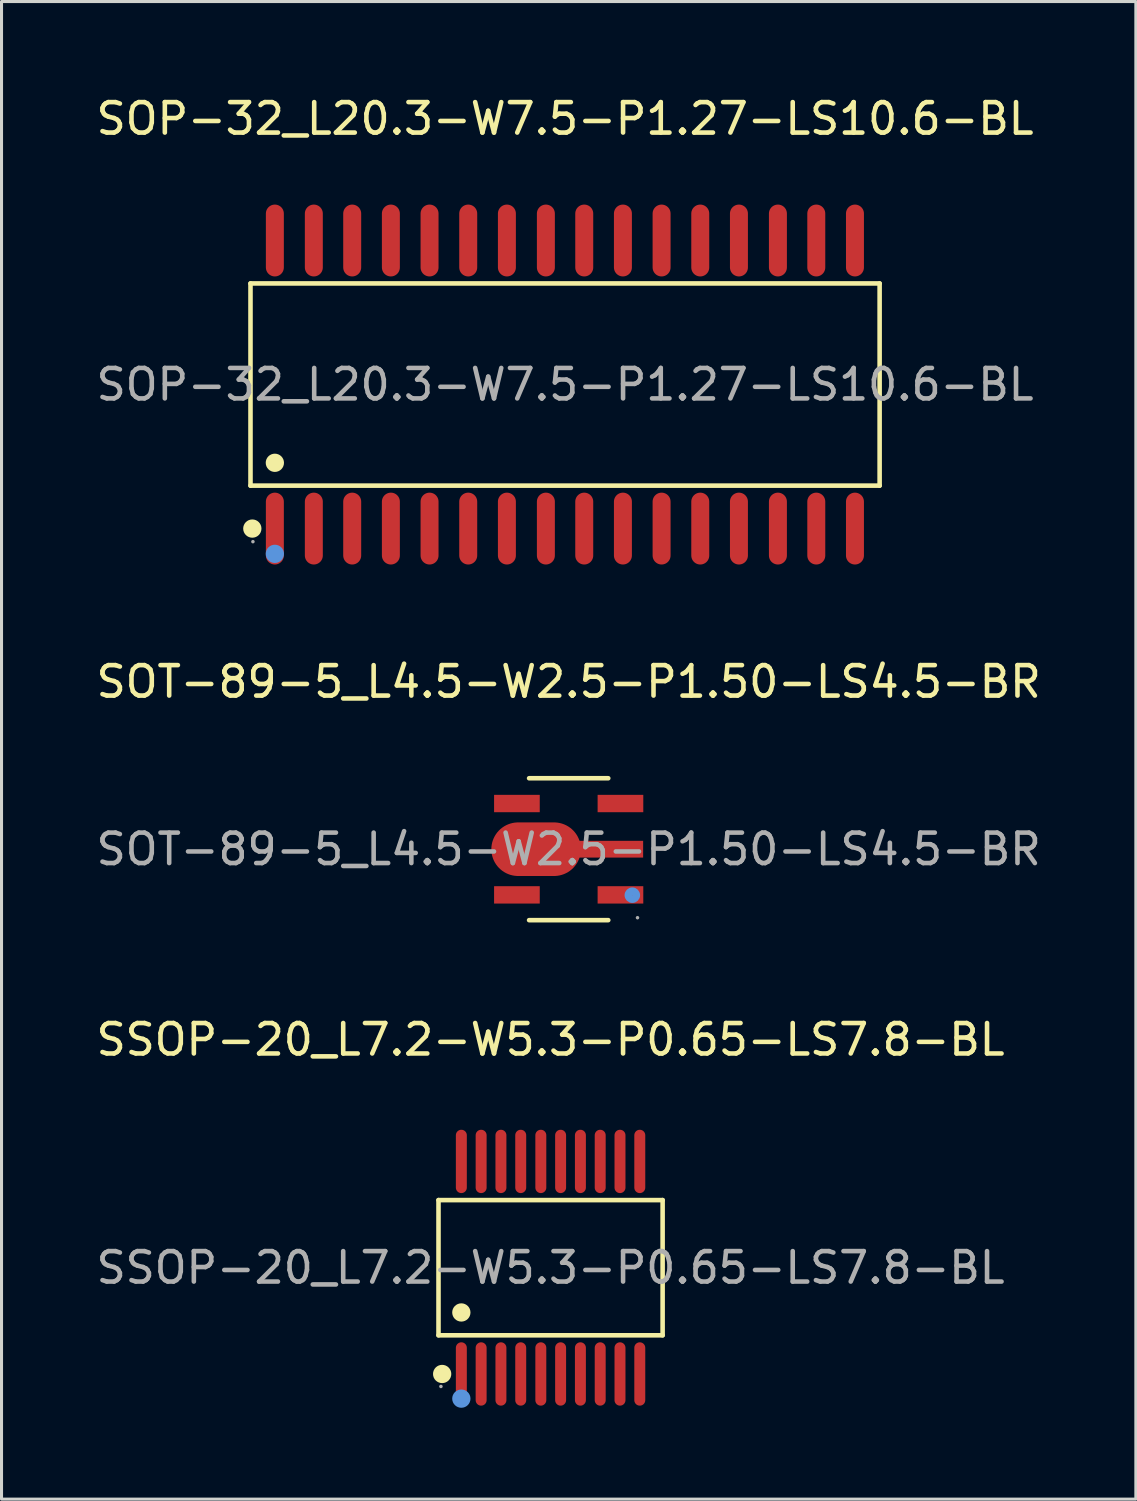
<source format=kicad_pcb>
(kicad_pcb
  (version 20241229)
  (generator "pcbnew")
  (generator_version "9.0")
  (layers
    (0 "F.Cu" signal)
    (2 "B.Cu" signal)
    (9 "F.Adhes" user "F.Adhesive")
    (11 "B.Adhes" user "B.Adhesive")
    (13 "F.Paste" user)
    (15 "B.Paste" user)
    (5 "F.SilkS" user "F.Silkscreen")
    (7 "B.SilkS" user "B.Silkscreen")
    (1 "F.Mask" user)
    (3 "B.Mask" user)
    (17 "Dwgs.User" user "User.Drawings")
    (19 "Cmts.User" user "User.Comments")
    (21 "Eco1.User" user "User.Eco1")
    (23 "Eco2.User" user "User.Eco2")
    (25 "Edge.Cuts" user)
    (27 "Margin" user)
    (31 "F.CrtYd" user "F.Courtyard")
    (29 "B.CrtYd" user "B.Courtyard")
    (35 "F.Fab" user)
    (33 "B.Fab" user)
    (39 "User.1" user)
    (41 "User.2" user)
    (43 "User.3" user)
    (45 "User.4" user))
  (footprint "SSOP-20_L7.2-W5.3-P0.65-LS7.8-BL"
    (layer "F.Cu")
    (at 15.03 38.58)
    (property "Reference" "SSOP-20_L7.2-W5.3-P0.65-LS7.8-BL" (at 0 -7.49 0) (layer "F.SilkS") (effects (font (size 1 1) (thickness 0.15))))
    (attr through_hole)
    (fp_line (start -3.68 -2.22) (end 3.68 -2.22) (stroke (width 0.15) (type solid)) (layer "F.SilkS"))
    (fp_line (start -3.68 2.22) (end -3.68 -2.22) (stroke (width 0.15) (type solid)) (layer "F.SilkS"))
    (fp_line (start 3.68 -2.22) (end 3.68 2.22) (stroke (width 0.15) (type solid)) (layer "F.SilkS"))
    (fp_line (start 3.68 2.22) (end -3.68 2.22) (stroke (width 0.15) (type solid)) (layer "F.SilkS"))
    (fp_circle (center -3.56 3.49) (end -3.41 3.49) (stroke (width 0.3) (type solid)) (fill no) (layer "F.SilkS"))
    (fp_circle (center -2.93 1.47) (end -2.78 1.47) (stroke (width 0.3) (type solid)) (fill no) (layer "F.SilkS"))
    (fp_circle (center -2.93 4.3) (end -2.78 4.3) (stroke (width 0.3) (type solid)) (fill no) (layer "Cmts.User"))
    (fp_circle (center -3.6 3.9) (end -3.57 3.9) (stroke (width 0.06) (type solid)) (fill no) (layer "F.Fab"))
    (fp_text user "${REFERENCE}" (at 0 0 0) (layer "F.Fab") (effects (font (size 1 1) (thickness 0.15))))
    (pad "1" smd oval (at -2.93 3.49) (size 0.36 2.08) (layers "F.Cu" "F.Mask" "F.Paste"))
    (pad "2" smd oval (at -2.28 3.49) (size 0.36 2.08) (layers "F.Cu" "F.Mask" "F.Paste"))
    (pad "3" smd oval (at -1.63 3.49) (size 0.36 2.08) (layers "F.Cu" "F.Mask" "F.Paste"))
    (pad "4" smd oval (at -0.98 3.49) (size 0.36 2.08) (layers "F.Cu" "F.Mask" "F.Paste"))
    (pad "5" smd oval (at -0.32 3.49) (size 0.36 2.08) (layers "F.Cu" "F.Mask" "F.Paste"))
    (pad "6" smd oval (at 0.33 3.49) (size 0.36 2.08) (layers "F.Cu" "F.Mask" "F.Paste"))
    (pad "7" smd oval (at 0.98 3.49) (size 0.36 2.08) (layers "F.Cu" "F.Mask" "F.Paste"))
    (pad "8" smd oval (at 1.63 3.49) (size 0.36 2.08) (layers "F.Cu" "F.Mask" "F.Paste"))
    (pad "9" smd oval (at 2.28 3.49) (size 0.36 2.08) (layers "F.Cu" "F.Mask" "F.Paste"))
    (pad "10" smd oval (at 2.93 3.49) (size 0.36 2.08) (layers "F.Cu" "F.Mask" "F.Paste"))
    (pad "11" smd oval (at 2.93 -3.49) (size 0.36 2.08) (layers "F.Cu" "F.Mask" "F.Paste"))
    (pad "12" smd oval (at 2.28 -3.49) (size 0.36 2.08) (layers "F.Cu" "F.Mask" "F.Paste"))
    (pad "13" smd oval (at 1.63 -3.49) (size 0.36 2.08) (layers "F.Cu" "F.Mask" "F.Paste"))
    (pad "14" smd oval (at 0.98 -3.49) (size 0.36 2.08) (layers "F.Cu" "F.Mask" "F.Paste"))
    (pad "15" smd oval (at 0.33 -3.49) (size 0.36 2.08) (layers "F.Cu" "F.Mask" "F.Paste"))
    (pad "16" smd oval (at -0.32 -3.49) (size 0.36 2.08) (layers "F.Cu" "F.Mask" "F.Paste"))
    (pad "17" smd oval (at -0.98 -3.49) (size 0.36 2.08) (layers "F.Cu" "F.Mask" "F.Paste"))
    (pad "18" smd oval (at -1.63 -3.49) (size 0.36 2.08) (layers "F.Cu" "F.Mask" "F.Paste"))
    (pad "19" smd oval (at -2.28 -3.49) (size 0.36 2.08) (layers "F.Cu" "F.Mask" "F.Paste"))
    (pad "20" smd oval (at -2.93 -3.49) (size 0.36 2.08) (layers "F.Cu" "F.Mask" "F.Paste")))
  (footprint "SOT-89-5_L4.5-W2.5-P1.50-LS4.5-BR"
    (layer "F.Cu")
    (at 15.625 24.837)
    (property "Reference" "SOT-89-5_L4.5-W2.5-P1.50-LS4.5-BR" (at 0 -5.5 0) (layer "F.SilkS") (effects (font (size 1 1) (thickness 0.15))))
    (attr through_hole)
    (fp_line (start 1.3 -2.33) (end -1.3 -2.33) (stroke (width 0.15) (type solid)) (layer "F.SilkS"))
    (fp_line (start 1.3 2.33) (end -1.3 2.33) (stroke (width 0.15) (type solid)) (layer "F.SilkS"))
    (fp_circle (center 2.09 1.51) (end 2.22 1.51) (stroke (width 0.25) (type solid)) (fill no) (layer "Cmts.User"))
    (fp_circle (center 2.26 2.25) (end 2.29 2.25) (stroke (width 0.06) (type solid)) (fill no) (layer "F.Fab"))
    (fp_text user "${REFERENCE}" (at 0 0 0) (layer "F.Fab") (effects (font (size 1 1) (thickness 0.15))))
    (pad "1" smd rect (at 1.7 1.5) (size 1.5 0.57) (layers "F.Cu" "F.Mask" "F.Paste"))
    (pad "2" smd oval (at -1.07 0) (size 2.94 1.76) (layers "F.Cu" "F.Mask" "F.Paste"))
    (pad "2" smd rect (at 1.34 0) (size 2.21 0.55) (layers "F.Cu" "F.Mask" "F.Paste"))
    (pad "3" smd rect (at 1.7 -1.5) (size 1.5 0.57) (layers "F.Cu" "F.Mask" "F.Paste"))
    (pad "4" smd rect (at -1.7 -1.5) (size 1.5 0.57) (layers "F.Cu" "F.Mask" "F.Paste"))
    (pad "5" smd rect (at -1.7 1.5) (size 1.5 0.57) (layers "F.Cu" "F.Mask" "F.Paste")))
  (footprint "SOP-32_L20.3-W7.5-P1.27-LS10.6-BL"
    (layer "F.Cu")
    (at 15.506 9.578)
    (property "Reference" "SOP-32_L20.3-W7.5-P1.27-LS10.6-BL" (at 0 -8.73 0) (layer "F.SilkS") (effects (font (size 1 1) (thickness 0.15))))
    (attr through_hole)
    (fp_line (start -10.33 -3.32) (end 10.33 -3.32) (stroke (width 0.15) (type solid)) (layer "F.SilkS"))
    (fp_line (start -10.33 3.32) (end -10.33 -3.32) (stroke (width 0.15) (type solid)) (layer "F.SilkS"))
    (fp_line (start 10.33 -3.32) (end 10.33 3.32) (stroke (width 0.15) (type solid)) (layer "F.SilkS"))
    (fp_line (start 10.33 3.32) (end -10.33 3.32) (stroke (width 0.15) (type solid)) (layer "F.SilkS"))
    (fp_circle (center -10.27 4.73) (end -10.12 4.73) (stroke (width 0.3) (type solid)) (fill no) (layer "F.SilkS"))
    (fp_circle (center -9.53 2.57) (end -9.38 2.57) (stroke (width 0.3) (type solid)) (fill no) (layer "F.SilkS"))
    (fp_circle (center -9.53 5.56) (end -9.38 5.56) (stroke (width 0.3) (type solid)) (fill no) (layer "Cmts.User"))
    (fp_circle (center -10.25 5.16) (end -10.22 5.16) (stroke (width 0.06) (type solid)) (fill no) (layer "F.Fab"))
    (fp_text user "${REFERENCE}" (at 0 0 0) (layer "F.Fab") (effects (font (size 1 1) (thickness 0.15))))
    (pad "1" smd oval (at -9.53 4.73) (size 0.59 2.36) (layers "F.Cu" "F.Mask" "F.Paste"))
    (pad "2" smd oval (at -8.25 4.73) (size 0.59 2.36) (layers "F.Cu" "F.Mask" "F.Paste"))
    (pad "3" smd oval (at -6.99 4.73) (size 0.59 2.36) (layers "F.Cu" "F.Mask" "F.Paste"))
    (pad "4" smd oval (at -5.72 4.73) (size 0.59 2.36) (layers "F.Cu" "F.Mask" "F.Paste"))
    (pad "5" smd oval (at -4.45 4.73) (size 0.59 2.36) (layers "F.Cu" "F.Mask" "F.Paste"))
    (pad "6" smd oval (at -3.18 4.73) (size 0.59 2.36) (layers "F.Cu" "F.Mask" "F.Paste"))
    (pad "7" smd oval (at -1.91 4.73) (size 0.59 2.36) (layers "F.Cu" "F.Mask" "F.Paste"))
    (pad "8" smd oval (at -0.63 4.73) (size 0.59 2.36) (layers "F.Cu" "F.Mask" "F.Paste"))
    (pad "9" smd oval (at 0.63 4.73) (size 0.59 2.36) (layers "F.Cu" "F.Mask" "F.Paste"))
    (pad "10" smd oval (at 1.9 4.73) (size 0.59 2.36) (layers "F.Cu" "F.Mask" "F.Paste"))
    (pad "11" smd oval (at 3.17 4.73) (size 0.59 2.36) (layers "F.Cu" "F.Mask" "F.Paste"))
    (pad "12" smd oval (at 4.44 4.73) (size 0.59 2.36) (layers "F.Cu" "F.Mask" "F.Paste"))
    (pad "13" smd oval (at 5.71 4.73) (size 0.59 2.36) (layers "F.Cu" "F.Mask" "F.Paste"))
    (pad "14" smd oval (at 6.99 4.73) (size 0.59 2.36) (layers "F.Cu" "F.Mask" "F.Paste"))
    (pad "15" smd oval (at 8.25 4.73) (size 0.59 2.36) (layers "F.Cu" "F.Mask" "F.Paste"))
    (pad "16" smd oval (at 9.52 4.73) (size 0.59 2.36) (layers "F.Cu" "F.Mask" "F.Paste"))
    (pad "17" smd oval (at 9.52 -4.73) (size 0.59 2.36) (layers "F.Cu" "F.Mask" "F.Paste"))
    (pad "18" smd oval (at 8.25 -4.73) (size 0.59 2.36) (layers "F.Cu" "F.Mask" "F.Paste"))
    (pad "19" smd oval (at 6.99 -4.73) (size 0.59 2.36) (layers "F.Cu" "F.Mask" "F.Paste"))
    (pad "20" smd oval (at 5.71 -4.73) (size 0.59 2.36) (layers "F.Cu" "F.Mask" "F.Paste"))
    (pad "21" smd oval (at 4.44 -4.73) (size 0.59 2.36) (layers "F.Cu" "F.Mask" "F.Paste"))
    (pad "22" smd oval (at 3.17 -4.73) (size 0.59 2.36) (layers "F.Cu" "F.Mask" "F.Paste"))
    (pad "23" smd oval (at 1.9 -4.73) (size 0.59 2.36) (layers "F.Cu" "F.Mask" "F.Paste"))
    (pad "24" smd oval (at 0.63 -4.73) (size 0.59 2.36) (layers "F.Cu" "F.Mask" "F.Paste"))
    (pad "25" smd oval (at -0.63 -4.73) (size 0.59 2.36) (layers "F.Cu" "F.Mask" "F.Paste"))
    (pad "26" smd oval (at -1.91 -4.73) (size 0.59 2.36) (layers "F.Cu" "F.Mask" "F.Paste"))
    (pad "27" smd oval (at -3.18 -4.73) (size 0.59 2.36) (layers "F.Cu" "F.Mask" "F.Paste"))
    (pad "28" smd oval (at -4.45 -4.73) (size 0.59 2.36) (layers "F.Cu" "F.Mask" "F.Paste"))
    (pad "29" smd oval (at -5.72 -4.73) (size 0.59 2.36) (layers "F.Cu" "F.Mask" "F.Paste"))
    (pad "30" smd oval (at -6.99 -4.73) (size 0.59 2.36) (layers "F.Cu" "F.Mask" "F.Paste"))
    (pad "31" smd oval (at -8.25 -4.73) (size 0.59 2.36) (layers "F.Cu" "F.Mask" "F.Paste"))
    (pad "32" smd oval (at -9.53 -4.73) (size 0.59 2.36) (layers "F.Cu" "F.Mask" "F.Paste")))
  (gr_rect
    (start -3 -3)
    (end 34.25 46.18)
    (stroke (width 0.1) (type default))
    (fill no)
    (layer "Edge.Cuts")))
</source>
